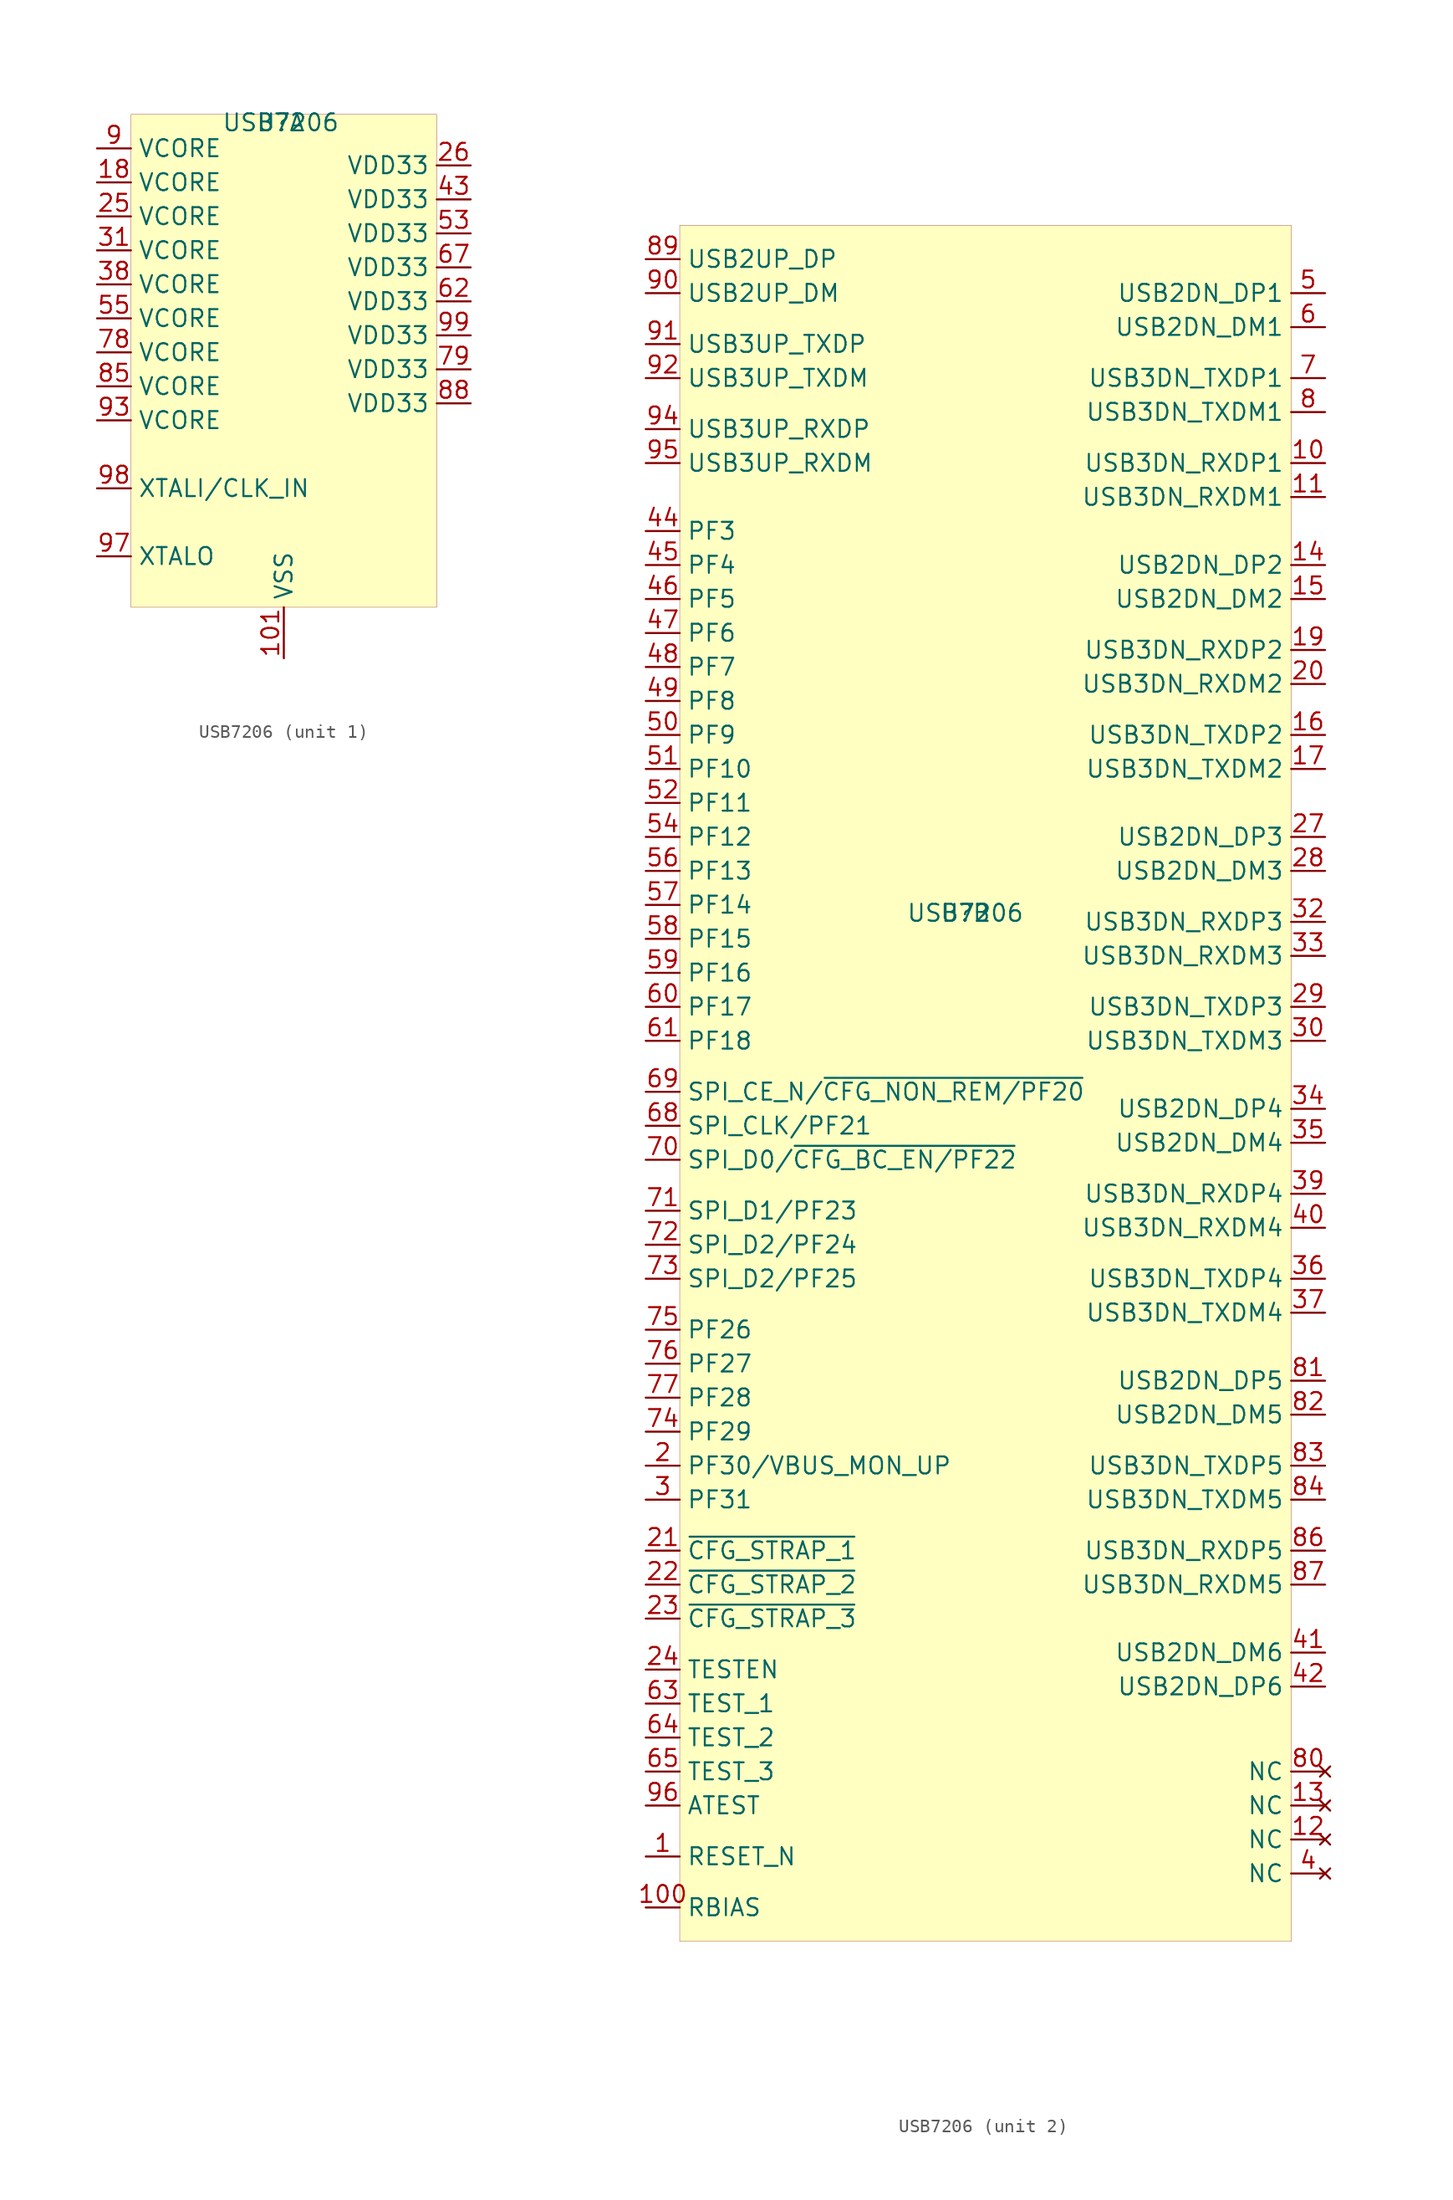
<source format=kicad_sym>
(kicad_symbol_lib
  (version 20201005)
  (generator kicad_symbol_editor)
  (symbol "mte_usb_hub:USB7206"
    (property "Reference" "U"
      (at -0.229 10.82 0)
      (effects (font (size 1.27 1.27))))
    (property "Value" "USB7206"
      (at -0.229 10.82 0)
      (effects (font (size 1.27 1.27))))
    (symbol "USB7206_1_0"
      (pin power_in line (at -13.97 8.89 0) (length 2.54) (name "VCORE" (effects (font (size 1.27 1.27)))) (number "9" (effects (font (size 1.27 1.27)))))
      (pin power_in line (at -13.97 6.35 0) (length 2.54) (name "VCORE" (effects (font (size 1.27 1.27)))) (number "18" (effects (font (size 1.27 1.27)))))
      (pin power_in line (at -13.97 3.81 0) (length 2.54) (name "VCORE" (effects (font (size 1.27 1.27)))) (number "25" (effects (font (size 1.27 1.27)))))
      (pin power_in line (at 13.97 7.62 180) (length 2.54) (name "VDD33" (effects (font (size 1.27 1.27)))) (number "26" (effects (font (size 1.27 1.27)))))
      (pin power_in line (at -13.97 1.27 0) (length 2.54) (name "VCORE" (effects (font (size 1.27 1.27)))) (number "31" (effects (font (size 1.27 1.27)))))
      (pin power_in line (at -13.97 -1.27 0) (length 2.54) (name "VCORE" (effects (font (size 1.27 1.27)))) (number "38" (effects (font (size 1.27 1.27)))))
      (pin power_in line (at 13.97 5.08 180) (length 2.54) (name "VDD33" (effects (font (size 1.27 1.27)))) (number "43" (effects (font (size 1.27 1.27)))))
      (pin power_in line (at 13.97 2.54 180) (length 2.54) (name "VDD33" (effects (font (size 1.27 1.27)))) (number "53" (effects (font (size 1.27 1.27)))))
      (pin power_in line (at -13.97 -3.81 0) (length 2.54) (name "VCORE" (effects (font (size 1.27 1.27)))) (number "55" (effects (font (size 1.27 1.27)))))
      (pin power_in line (at 13.97 -2.54 180) (length 2.54) (name "VDD33" (effects (font (size 1.27 1.27)))) (number "62" (effects (font (size 1.27 1.27)))))
      (pin power_in line (at 13.97 0 180) (length 2.54) (name "VDD33" (effects (font (size 1.27 1.27)))) (number "67" (effects (font (size 1.27 1.27)))))
      (pin power_in line (at -13.97 -6.35 0) (length 2.54) (name "VCORE" (effects (font (size 1.27 1.27)))) (number "78" (effects (font (size 1.27 1.27)))))
      (pin power_in line (at 13.97 -7.62 180) (length 2.54) (name "VDD33" (effects (font (size 1.27 1.27)))) (number "79" (effects (font (size 1.27 1.27)))))
      (pin power_in line (at -13.97 -8.89 0) (length 2.54) (name "VCORE" (effects (font (size 1.27 1.27)))) (number "85" (effects (font (size 1.27 1.27)))))
      (pin power_in line (at 13.97 -10.16 180) (length 2.54) (name "VDD33" (effects (font (size 1.27 1.27)))) (number "88" (effects (font (size 1.27 1.27)))))
      (pin power_in line (at -13.97 -11.43 0) (length 2.54) (name "VCORE" (effects (font (size 1.27 1.27)))) (number "93" (effects (font (size 1.27 1.27)))))
      (pin power_in line (at 13.97 -5.08 180) (length 2.54) (name "VDD33" (effects (font (size 1.27 1.27)))) (number "99" (effects (font (size 1.27 1.27)))))
      (pin power_in line (at 0 -29.21 90) (length 3.81) (name "VSS" (effects (font (size 1.27 1.27)))) (number "101" (effects (font (size 1.27 1.27)))))
      (pin output line (at -13.97 -21.59 0) (length 2.54) (name "XTALO" (effects (font (size 1.27 1.27)))) (number "97" (effects (font (size 1.27 1.27)))))
      (pin input line (at -13.97 -16.51 0) (length 2.54) (name "XTALI/CLK_IN" (effects (font (size 1.27 1.27)))) (number "98" (effects (font (size 1.27 1.27))))))
    (symbol "USB7206_1_1"
      (rectangle (start -11.43 11.43) (end 11.43 -25.4) (stroke (width 0.001)) (fill (type background))))
    (symbol "USB7206_2_0"
      (pin bidirectional line (at 26.67 57.15 180) (length 2.54) (name "USB2DN_DP1" (effects (font (size 1.27 1.27)))) (number "5" (effects (font (size 1.27 1.27)))))
      (pin bidirectional line (at 26.67 54.61 180) (length 2.54) (name "USB2DN_DM1" (effects (font (size 1.27 1.27)))) (number "6" (effects (font (size 1.27 1.27)))))
      (pin bidirectional line (at 26.67 50.8 180) (length 2.54) (name "USB3DN_TXDP1" (effects (font (size 1.27 1.27)))) (number "7" (effects (font (size 1.27 1.27)))))
      (pin bidirectional line (at 26.67 48.26 180) (length 2.54) (name "USB3DN_TXDM1" (effects (font (size 1.27 1.27)))) (number "8" (effects (font (size 1.27 1.27)))))
      (pin bidirectional line (at 26.67 44.45 180) (length 2.54) (name "USB3DN_RXDP1" (effects (font (size 1.27 1.27)))) (number "10" (effects (font (size 1.27 1.27)))))
      (pin bidirectional line (at 26.67 41.91 180) (length 2.54) (name "USB3DN_RXDM1" (effects (font (size 1.27 1.27)))) (number "11" (effects (font (size 1.27 1.27)))))
      (pin bidirectional line (at 26.67 36.83 180) (length 2.54) (name "USB2DN_DP2" (effects (font (size 1.27 1.27)))) (number "14" (effects (font (size 1.27 1.27)))))
      (pin bidirectional line (at 26.67 34.29 180) (length 2.54) (name "USB2DN_DM2" (effects (font (size 1.27 1.27)))) (number "15" (effects (font (size 1.27 1.27)))))
      (pin bidirectional line (at 26.67 24.13 180) (length 2.54) (name "USB3DN_TXDP2" (effects (font (size 1.27 1.27)))) (number "16" (effects (font (size 1.27 1.27)))))
      (pin bidirectional line (at 26.67 21.59 180) (length 2.54) (name "USB3DN_TXDM2" (effects (font (size 1.27 1.27)))) (number "17" (effects (font (size 1.27 1.27)))))
      (pin bidirectional line (at 26.67 30.48 180) (length 2.54) (name "USB3DN_RXDP2" (effects (font (size 1.27 1.27)))) (number "19" (effects (font (size 1.27 1.27)))))
      (pin bidirectional line (at 26.67 27.94 180) (length 2.54) (name "USB3DN_RXDM2" (effects (font (size 1.27 1.27)))) (number "20" (effects (font (size 1.27 1.27)))))
      (pin bidirectional line (at 26.67 16.51 180) (length 2.54) (name "USB2DN_DP3" (effects (font (size 1.27 1.27)))) (number "27" (effects (font (size 1.27 1.27)))))
      (pin bidirectional line (at 26.67 13.97 180) (length 2.54) (name "USB2DN_DM3" (effects (font (size 1.27 1.27)))) (number "28" (effects (font (size 1.27 1.27)))))
      (pin bidirectional line (at 26.67 3.81 180) (length 2.54) (name "USB3DN_TXDP3" (effects (font (size 1.27 1.27)))) (number "29" (effects (font (size 1.27 1.27)))))
      (pin bidirectional line (at 26.67 1.27 180) (length 2.54) (name "USB3DN_TXDM3" (effects (font (size 1.27 1.27)))) (number "30" (effects (font (size 1.27 1.27)))))
      (pin bidirectional line (at 26.67 10.16 180) (length 2.54) (name "USB3DN_RXDP3" (effects (font (size 1.27 1.27)))) (number "32" (effects (font (size 1.27 1.27)))))
      (pin bidirectional line (at 26.67 7.62 180) (length 2.54) (name "USB3DN_RXDM3" (effects (font (size 1.27 1.27)))) (number "33" (effects (font (size 1.27 1.27)))))
      (pin bidirectional line (at 26.67 -3.81 180) (length 2.54) (name "USB2DN_DP4" (effects (font (size 1.27 1.27)))) (number "34" (effects (font (size 1.27 1.27)))))
      (pin bidirectional line (at 26.67 -6.35 180) (length 2.54) (name "USB2DN_DM4" (effects (font (size 1.27 1.27)))) (number "35" (effects (font (size 1.27 1.27)))))
      (pin bidirectional line (at 26.67 -16.51 180) (length 2.54) (name "USB3DN_TXDP4" (effects (font (size 1.27 1.27)))) (number "36" (effects (font (size 1.27 1.27)))))
      (pin bidirectional line (at 26.67 -19.05 180) (length 2.54) (name "USB3DN_TXDM4" (effects (font (size 1.27 1.27)))) (number "37" (effects (font (size 1.27 1.27)))))
      (pin bidirectional line (at 26.67 -10.16 180) (length 2.54) (name "USB3DN_RXDP4" (effects (font (size 1.27 1.27)))) (number "39" (effects (font (size 1.27 1.27)))))
      (pin bidirectional line (at 26.67 -12.7 180) (length 2.54) (name "USB3DN_RXDM4" (effects (font (size 1.27 1.27)))) (number "40" (effects (font (size 1.27 1.27)))))
      (pin bidirectional line (at 26.67 -44.45 180) (length 2.54) (name "USB2DN_DM6" (effects (font (size 1.27 1.27)))) (number "41" (effects (font (size 1.27 1.27)))))
      (pin bidirectional line (at 26.67 -46.99 180) (length 2.54) (name "USB2DN_DP6" (effects (font (size 1.27 1.27)))) (number "42" (effects (font (size 1.27 1.27)))))
      (pin bidirectional line (at 26.67 -24.13 180) (length 2.54) (name "USB2DN_DP5" (effects (font (size 1.27 1.27)))) (number "81" (effects (font (size 1.27 1.27)))))
      (pin bidirectional line (at 26.67 -26.67 180) (length 2.54) (name "USB2DN_DM5" (effects (font (size 1.27 1.27)))) (number "82" (effects (font (size 1.27 1.27)))))
      (pin bidirectional line (at 26.67 -30.48 180) (length 2.54) (name "USB3DN_TXDP5" (effects (font (size 1.27 1.27)))) (number "83" (effects (font (size 1.27 1.27)))))
      (pin bidirectional line (at 26.67 -33.02 180) (length 2.54) (name "USB3DN_TXDM5" (effects (font (size 1.27 1.27)))) (number "84" (effects (font (size 1.27 1.27)))))
      (pin bidirectional line (at 26.67 -36.83 180) (length 2.54) (name "USB3DN_RXDP5" (effects (font (size 1.27 1.27)))) (number "86" (effects (font (size 1.27 1.27)))))
      (pin bidirectional line (at 26.67 -39.37 180) (length 2.54) (name "USB3DN_RXDM5" (effects (font (size 1.27 1.27)))) (number "87" (effects (font (size 1.27 1.27)))))
      (pin bidirectional line (at -24.13 59.69 0) (length 2.54) (name "USB2UP_DP" (effects (font (size 1.27 1.27)))) (number "89" (effects (font (size 1.27 1.27)))))
      (pin bidirectional line (at -24.13 57.15 0) (length 2.54) (name "USB2UP_DM" (effects (font (size 1.27 1.27)))) (number "90" (effects (font (size 1.27 1.27)))))
      (pin bidirectional line (at -24.13 53.34 0) (length 2.54) (name "USB3UP_TXDP" (effects (font (size 1.27 1.27)))) (number "91" (effects (font (size 1.27 1.27)))))
      (pin bidirectional line (at -24.13 50.8 0) (length 2.54) (name "USB3UP_TXDM" (effects (font (size 1.27 1.27)))) (number "92" (effects (font (size 1.27 1.27)))))
      (pin bidirectional line (at -24.13 46.99 0) (length 2.54) (name "USB3UP_RXDP" (effects (font (size 1.27 1.27)))) (number "94" (effects (font (size 1.27 1.27)))))
      (pin bidirectional line (at -24.13 44.45 0) (length 2.54) (name "USB3UP_RXDM" (effects (font (size 1.27 1.27)))) (number "95" (effects (font (size 1.27 1.27)))))
      (pin bidirectional line (at -24.13 -59.69 0) (length 2.54) (name "RESET_N" (effects (font (size 1.27 1.27)))) (number "1" (effects (font (size 1.27 1.27)))))
      (pin bidirectional line (at -24.13 -30.48 0) (length 2.54) (name "PF30/VBUS_MON_UP" (effects (font (size 1.27 1.27)))) (number "2" (effects (font (size 1.27 1.27)))))
      (pin bidirectional line (at -24.13 -33.02 0) (length 2.54) (name "PF31" (effects (font (size 1.27 1.27)))) (number "3" (effects (font (size 1.27 1.27)))))
      (pin no_connect line (at 26.67 -60.96 180) (length 2.54) (name "NC" (effects (font (size 1.27 1.27)))) (number "4" (effects (font (size 1.27 1.27)))))
      (pin no_connect line (at 26.67 -58.42 180) (length 2.54) (name "NC" (effects (font (size 1.27 1.27)))) (number "12" (effects (font (size 1.27 1.27)))))
      (pin no_connect line (at 26.67 -55.88 180) (length 2.54) (name "NC" (effects (font (size 1.27 1.27)))) (number "13" (effects (font (size 1.27 1.27)))))
      (pin bidirectional line (at -24.13 -36.83 0) (length 2.54) (name "~CFG_STRAP_1" (effects (font (size 1.27 1.27)))) (number "21" (effects (font (size 1.27 1.27)))))
      (pin bidirectional line (at -24.13 -39.37 0) (length 2.54) (name "~CFG_STRAP_2" (effects (font (size 1.27 1.27)))) (number "22" (effects (font (size 1.27 1.27)))))
      (pin bidirectional line (at -24.13 -41.91 0) (length 2.54) (name "~CFG_STRAP_3" (effects (font (size 1.27 1.27)))) (number "23" (effects (font (size 1.27 1.27)))))
      (pin bidirectional line (at -24.13 -45.72 0) (length 2.54) (name "TESTEN" (effects (font (size 1.27 1.27)))) (number "24" (effects (font (size 1.27 1.27)))))
      (pin bidirectional line (at -24.13 39.37 0) (length 2.54) (name "PF3" (effects (font (size 1.27 1.27)))) (number "44" (effects (font (size 1.27 1.27)))))
      (pin bidirectional line (at -24.13 36.83 0) (length 2.54) (name "PF4" (effects (font (size 1.27 1.27)))) (number "45" (effects (font (size 1.27 1.27)))))
      (pin bidirectional line (at -24.13 34.29 0) (length 2.54) (name "PF5" (effects (font (size 1.27 1.27)))) (number "46" (effects (font (size 1.27 1.27)))))
      (pin bidirectional line (at -24.13 31.75 0) (length 2.54) (name "PF6" (effects (font (size 1.27 1.27)))) (number "47" (effects (font (size 1.27 1.27)))))
      (pin bidirectional line (at -24.13 29.21 0) (length 2.54) (name "PF7" (effects (font (size 1.27 1.27)))) (number "48" (effects (font (size 1.27 1.27)))))
      (pin bidirectional line (at -24.13 26.67 0) (length 2.54) (name "PF8" (effects (font (size 1.27 1.27)))) (number "49" (effects (font (size 1.27 1.27)))))
      (pin bidirectional line (at -24.13 24.13 0) (length 2.54) (name "PF9" (effects (font (size 1.27 1.27)))) (number "50" (effects (font (size 1.27 1.27)))))
      (pin bidirectional line (at -24.13 21.59 0) (length 2.54) (name "PF10" (effects (font (size 1.27 1.27)))) (number "51" (effects (font (size 1.27 1.27)))))
      (pin bidirectional line (at -24.13 19.05 0) (length 2.54) (name "PF11" (effects (font (size 1.27 1.27)))) (number "52" (effects (font (size 1.27 1.27)))))
      (pin bidirectional line (at -24.13 16.51 0) (length 2.54) (name "PF12" (effects (font (size 1.27 1.27)))) (number "54" (effects (font (size 1.27 1.27)))))
      (pin bidirectional line (at -24.13 13.97 0) (length 2.54) (name "PF13" (effects (font (size 1.27 1.27)))) (number "56" (effects (font (size 1.27 1.27)))))
      (pin bidirectional line (at -24.13 11.43 0) (length 2.54) (name "PF14" (effects (font (size 1.27 1.27)))) (number "57" (effects (font (size 1.27 1.27)))))
      (pin bidirectional line (at -24.13 8.89 0) (length 2.54) (name "PF15" (effects (font (size 1.27 1.27)))) (number "58" (effects (font (size 1.27 1.27)))))
      (pin bidirectional line (at -24.13 6.35 0) (length 2.54) (name "PF16" (effects (font (size 1.27 1.27)))) (number "59" (effects (font (size 1.27 1.27)))))
      (pin bidirectional line (at -24.13 3.81 0) (length 2.54) (name "PF17" (effects (font (size 1.27 1.27)))) (number "60" (effects (font (size 1.27 1.27)))))
      (pin bidirectional line (at -24.13 1.27 0) (length 2.54) (name "PF18" (effects (font (size 1.27 1.27)))) (number "61" (effects (font (size 1.27 1.27)))))
      (pin bidirectional line (at -24.13 -48.26 0) (length 2.54) (name "TEST_1" (effects (font (size 1.27 1.27)))) (number "63" (effects (font (size 1.27 1.27)))))
      (pin bidirectional line (at -24.13 -50.8 0) (length 2.54) (name "TEST_2" (effects (font (size 1.27 1.27)))) (number "64" (effects (font (size 1.27 1.27)))))
      (pin bidirectional line (at -24.13 -53.34 0) (length 2.54) (name "TEST_3" (effects (font (size 1.27 1.27)))) (number "65" (effects (font (size 1.27 1.27)))))
      (pin bidirectional line (at -24.13 -5.08 0) (length 2.54) (name "SPI_CLK/PF21" (effects (font (size 1.27 1.27)))) (number "68" (effects (font (size 1.27 1.27)))))
      (pin bidirectional line (at -24.13 -2.54 0) (length 2.54) (name "SPI_CE_N/~CFG_NON_REM/PF20" (effects (font (size 1.27 1.27)))) (number "69" (effects (font (size 1.27 1.27)))))
      (pin bidirectional line (at -24.13 -7.62 0) (length 2.54) (name "SPI_D0/~CFG_BC_EN/PF22" (effects (font (size 1.27 1.27)))) (number "70" (effects (font (size 1.27 1.27)))))
      (pin bidirectional line (at -24.13 -11.43 0) (length 2.54) (name "SPI_D1/PF23" (effects (font (size 1.27 1.27)))) (number "71" (effects (font (size 1.27 1.27)))))
      (pin bidirectional line (at -24.13 -13.97 0) (length 2.54) (name "SPI_D2/PF24" (effects (font (size 1.27 1.27)))) (number "72" (effects (font (size 1.27 1.27)))))
      (pin bidirectional line (at -24.13 -16.51 0) (length 2.54) (name "SPI_D2/PF25" (effects (font (size 1.27 1.27)))) (number "73" (effects (font (size 1.27 1.27)))))
      (pin bidirectional line (at -24.13 -27.94 0) (length 2.54) (name "PF29" (effects (font (size 1.27 1.27)))) (number "74" (effects (font (size 1.27 1.27)))))
      (pin bidirectional line (at -24.13 -20.32 0) (length 2.54) (name "PF26" (effects (font (size 1.27 1.27)))) (number "75" (effects (font (size 1.27 1.27)))))
      (pin bidirectional line (at -24.13 -22.86 0) (length 2.54) (name "PF27" (effects (font (size 1.27 1.27)))) (number "76" (effects (font (size 1.27 1.27)))))
      (pin bidirectional line (at -24.13 -25.4 0) (length 2.54) (name "PF28" (effects (font (size 1.27 1.27)))) (number "77" (effects (font (size 1.27 1.27)))))
      (pin no_connect line (at 26.67 -53.34 180) (length 2.54) (name "NC" (effects (font (size 1.27 1.27)))) (number "80" (effects (font (size 1.27 1.27)))))
      (pin bidirectional line (at -24.13 -55.88 0) (length 2.54) (name "ATEST" (effects (font (size 1.27 1.27)))) (number "96" (effects (font (size 1.27 1.27)))))
      (pin bidirectional line (at -24.13 -63.5 0) (length 2.54) (name "RBIAS" (effects (font (size 1.27 1.27)))) (number "100" (effects (font (size 1.27 1.27))))))
    (symbol "USB7206_2_1"
      (rectangle (start -21.59 62.23) (end 24.13 -66.04) (stroke (width 0.001)) (fill (type background))))))
</source>
